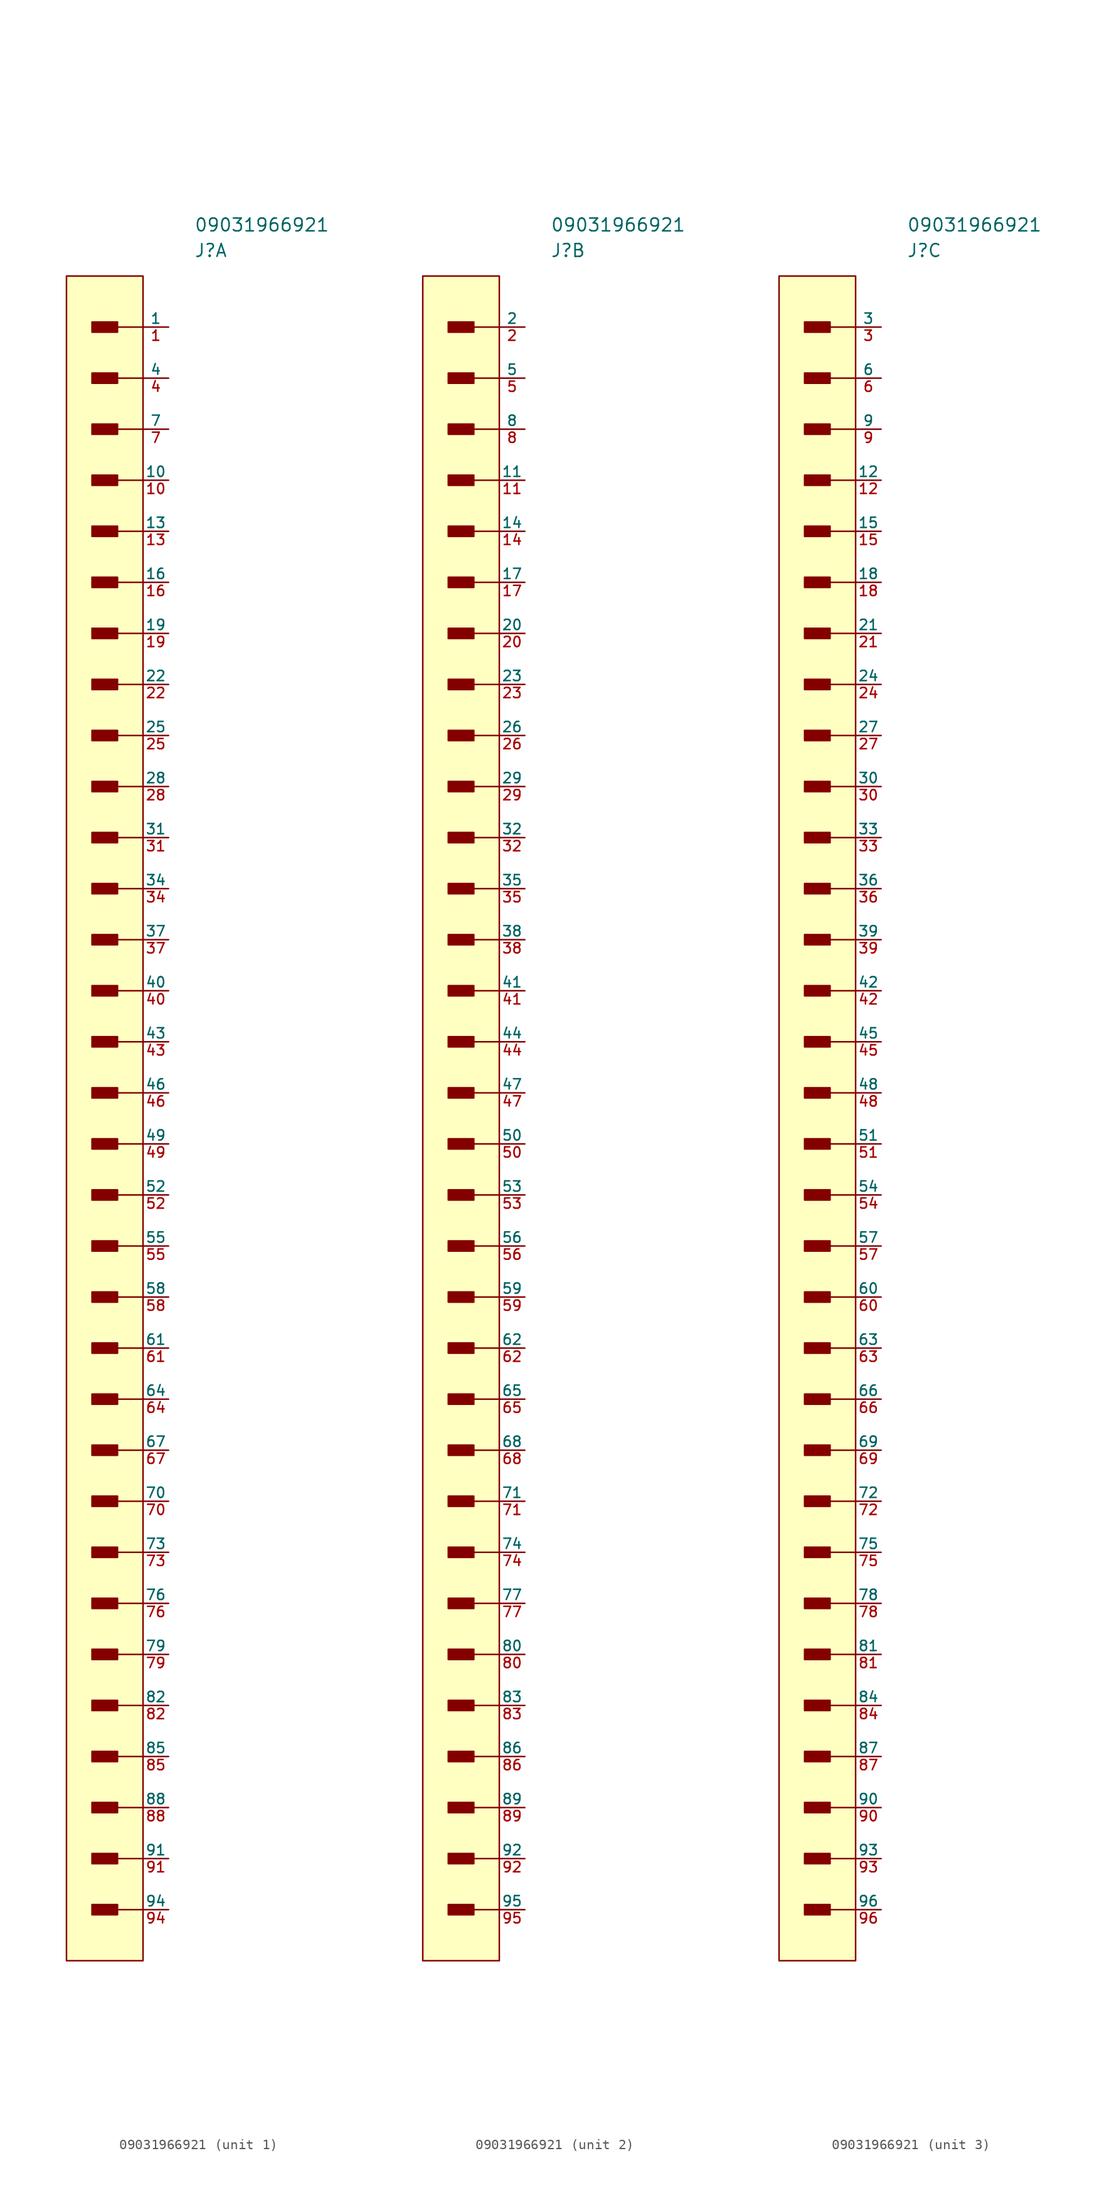
<source format=kicad_sym>
(kicad_symbol_lib
  (version 20210619)
  (generator kicad_symbol_editor)
  (symbol "09031966921"
    (pin_names
      (offset 0))
    (property "Reference" "J"
      (at 0 7.62 0)
      (effects (font (size 1.27 1.27)) (justify left)))
    (property "Value" "09031966921"
      (at 0 10.16 0)
      (effects (font (size 1.27 1.27)) (justify left)))
    (property "ki_locked" ""
      (at 0 0 0)
      (effects (font (size 1.27 1.27))))
    (symbol "09031966921_1_1"
      (rectangle (start -10.16 -156.972) (end -7.62 -157.988) (stroke (width 0)) (fill (type outline)))
      (rectangle (start -10.16 -151.892) (end -7.62 -152.908) (stroke (width 0)) (fill (type outline)))
      (rectangle (start -10.16 -146.812) (end -7.62 -147.828) (stroke (width 0)) (fill (type outline)))
      (rectangle (start -10.16 -141.732) (end -7.62 -142.748) (stroke (width 0)) (fill (type outline)))
      (rectangle (start -10.16 -136.652) (end -7.62 -137.668) (stroke (width 0)) (fill (type outline)))
      (rectangle (start -10.16 -131.572) (end -7.62 -132.588) (stroke (width 0)) (fill (type outline)))
      (rectangle (start -10.16 -126.492) (end -7.62 -127.508) (stroke (width 0)) (fill (type outline)))
      (rectangle (start -10.16 -121.412) (end -7.62 -122.428) (stroke (width 0)) (fill (type outline)))
      (rectangle (start -10.16 -116.332) (end -7.62 -117.348) (stroke (width 0)) (fill (type outline)))
      (rectangle (start -10.16 -111.252) (end -7.62 -112.268) (stroke (width 0)) (fill (type outline)))
      (rectangle (start -10.16 -106.172) (end -7.62 -107.188) (stroke (width 0)) (fill (type outline)))
      (rectangle (start -10.16 -101.092) (end -7.62 -102.108) (stroke (width 0)) (fill (type outline)))
      (rectangle (start -10.16 -96.012) (end -7.62 -97.028) (stroke (width 0)) (fill (type outline)))
      (rectangle (start -10.16 -90.932) (end -7.62 -91.948) (stroke (width 0)) (fill (type outline)))
      (rectangle (start -10.16 -85.852) (end -7.62 -86.868) (stroke (width 0)) (fill (type outline)))
      (rectangle (start -10.16 -80.772) (end -7.62 -81.788) (stroke (width 0)) (fill (type outline)))
      (rectangle (start -10.16 -75.692) (end -7.62 -76.708) (stroke (width 0)) (fill (type outline)))
      (rectangle (start -10.16 -70.612) (end -7.62 -71.628) (stroke (width 0)) (fill (type outline)))
      (rectangle (start -10.16 -65.532) (end -7.62 -66.548) (stroke (width 0)) (fill (type outline)))
      (rectangle (start -10.16 -60.452) (end -7.62 -61.468) (stroke (width 0)) (fill (type outline)))
      (rectangle (start -10.16 -55.372) (end -7.62 -56.388) (stroke (width 0)) (fill (type outline)))
      (rectangle (start -10.16 -50.292) (end -7.62 -51.308) (stroke (width 0)) (fill (type outline)))
      (rectangle (start -10.16 -45.212) (end -7.62 -46.228) (stroke (width 0)) (fill (type outline)))
      (rectangle (start -10.16 -40.132) (end -7.62 -41.148) (stroke (width 0)) (fill (type outline)))
      (rectangle (start -10.16 -35.052) (end -7.62 -36.068) (stroke (width 0)) (fill (type outline)))
      (rectangle (start -10.16 -29.972) (end -7.62 -30.988) (stroke (width 0)) (fill (type outline)))
      (rectangle (start -10.16 -24.892) (end -7.62 -25.908) (stroke (width 0)) (fill (type outline)))
      (rectangle (start -10.16 -19.812) (end -7.62 -20.828) (stroke (width 0)) (fill (type outline)))
      (rectangle (start -10.16 -14.732) (end -7.62 -15.748) (stroke (width 0)) (fill (type outline)))
      (rectangle (start -10.16 -9.652) (end -7.62 -10.668) (stroke (width 0)) (fill (type outline)))
      (rectangle (start -10.16 -4.572) (end -7.62 -5.588) (stroke (width 0)) (fill (type outline)))
      (rectangle (start -10.16 0.508) (end -7.62 -0.508) (stroke (width 0)) (fill (type outline)))
      (rectangle (start -12.7 5.08) (end -5.08 -162.56) (stroke (width 0)) (fill (type background)))
      (polyline (pts (xy -8.128 -157.48) (xy -5.08 -157.48)) (stroke (width 0)) (fill (type none)))
      (polyline (pts (xy -8.128 -152.4) (xy -5.08 -152.4)) (stroke (width 0)) (fill (type none)))
      (polyline (pts (xy -8.128 -147.32) (xy -5.08 -147.32)) (stroke (width 0)) (fill (type none)))
      (polyline (pts (xy -8.128 -142.24) (xy -5.08 -142.24)) (stroke (width 0)) (fill (type none)))
      (polyline (pts (xy -8.128 -137.16) (xy -5.08 -137.16)) (stroke (width 0)) (fill (type none)))
      (polyline (pts (xy -8.128 -132.08) (xy -5.08 -132.08)) (stroke (width 0)) (fill (type none)))
      (polyline (pts (xy -8.128 -127) (xy -5.08 -127)) (stroke (width 0)) (fill (type none)))
      (polyline (pts (xy -8.128 -121.92) (xy -5.08 -121.92)) (stroke (width 0)) (fill (type none)))
      (polyline (pts (xy -8.128 -116.84) (xy -5.08 -116.84)) (stroke (width 0)) (fill (type none)))
      (polyline (pts (xy -8.128 -111.76) (xy -5.08 -111.76)) (stroke (width 0)) (fill (type none)))
      (polyline (pts (xy -8.128 -106.68) (xy -5.08 -106.68)) (stroke (width 0)) (fill (type none)))
      (polyline (pts (xy -8.128 -101.6) (xy -5.08 -101.6)) (stroke (width 0)) (fill (type none)))
      (polyline (pts (xy -8.128 -96.52) (xy -5.08 -96.52)) (stroke (width 0)) (fill (type none)))
      (polyline (pts (xy -8.128 -91.44) (xy -5.08 -91.44)) (stroke (width 0)) (fill (type none)))
      (polyline (pts (xy -8.128 -86.36) (xy -5.08 -86.36)) (stroke (width 0)) (fill (type none)))
      (polyline (pts (xy -8.128 -81.28) (xy -5.08 -81.28)) (stroke (width 0)) (fill (type none)))
      (polyline (pts (xy -8.128 -76.2) (xy -5.08 -76.2)) (stroke (width 0)) (fill (type none)))
      (polyline (pts (xy -8.128 -71.12) (xy -5.08 -71.12)) (stroke (width 0)) (fill (type none)))
      (polyline (pts (xy -8.128 -66.04) (xy -5.08 -66.04)) (stroke (width 0)) (fill (type none)))
      (polyline (pts (xy -8.128 -60.96) (xy -5.08 -60.96)) (stroke (width 0)) (fill (type none)))
      (polyline (pts (xy -8.128 -55.88) (xy -5.08 -55.88)) (stroke (width 0)) (fill (type none)))
      (polyline (pts (xy -8.128 -50.8) (xy -5.08 -50.8)) (stroke (width 0)) (fill (type none)))
      (polyline (pts (xy -8.128 -45.72) (xy -5.08 -45.72)) (stroke (width 0)) (fill (type none)))
      (polyline (pts (xy -8.128 -40.64) (xy -5.08 -40.64)) (stroke (width 0)) (fill (type none)))
      (polyline (pts (xy -8.128 -35.56) (xy -5.08 -35.56)) (stroke (width 0)) (fill (type none)))
      (polyline (pts (xy -8.128 -30.48) (xy -5.08 -30.48)) (stroke (width 0)) (fill (type none)))
      (polyline (pts (xy -8.128 -25.4) (xy -5.08 -25.4)) (stroke (width 0)) (fill (type none)))
      (polyline (pts (xy -8.128 -20.32) (xy -5.08 -20.32)) (stroke (width 0)) (fill (type none)))
      (polyline (pts (xy -8.128 -15.24) (xy -5.08 -15.24)) (stroke (width 0)) (fill (type none)))
      (polyline (pts (xy -8.128 -10.16) (xy -5.08 -10.16)) (stroke (width 0)) (fill (type none)))
      (polyline (pts (xy -8.128 -5.08) (xy -5.08 -5.08)) (stroke (width 0)) (fill (type none)))
      (polyline (pts (xy -8.128 0) (xy -5.08 0)) (stroke (width 0)) (fill (type none)))
      (pin passive line (at -2.54 0 180) (length 2.54) (name "1" (effects (font (size 1.016 1.016)))) (number "1" (effects (font (size 1.016 1.016)))))
      (pin passive line (at -2.54 -15.24 180) (length 2.54) (name "10" (effects (font (size 1.016 1.016)))) (number "10" (effects (font (size 1.016 1.016)))))
      (pin passive line (at -2.54 -20.32 180) (length 2.54) (name "13" (effects (font (size 1.016 1.016)))) (number "13" (effects (font (size 1.016 1.016)))))
      (pin passive line (at -2.54 -25.4 180) (length 2.54) (name "16" (effects (font (size 1.016 1.016)))) (number "16" (effects (font (size 1.016 1.016)))))
      (pin passive line (at -2.54 -30.48 180) (length 2.54) (name "19" (effects (font (size 1.016 1.016)))) (number "19" (effects (font (size 1.016 1.016)))))
      (pin passive line (at -2.54 -35.56 180) (length 2.54) (name "22" (effects (font (size 1.016 1.016)))) (number "22" (effects (font (size 1.016 1.016)))))
      (pin passive line (at -2.54 -40.64 180) (length 2.54) (name "25" (effects (font (size 1.016 1.016)))) (number "25" (effects (font (size 1.016 1.016)))))
      (pin passive line (at -2.54 -45.72 180) (length 2.54) (name "28" (effects (font (size 1.016 1.016)))) (number "28" (effects (font (size 1.016 1.016)))))
      (pin passive line (at -2.54 -50.8 180) (length 2.54) (name "31" (effects (font (size 1.016 1.016)))) (number "31" (effects (font (size 1.016 1.016)))))
      (pin passive line (at -2.54 -55.88 180) (length 2.54) (name "34" (effects (font (size 1.016 1.016)))) (number "34" (effects (font (size 1.016 1.016)))))
      (pin passive line (at -2.54 -60.96 180) (length 2.54) (name "37" (effects (font (size 1.016 1.016)))) (number "37" (effects (font (size 1.016 1.016)))))
      (pin passive line (at -2.54 -5.08 180) (length 2.54) (name "4" (effects (font (size 1.016 1.016)))) (number "4" (effects (font (size 1.016 1.016)))))
      (pin passive line (at -2.54 -66.04 180) (length 2.54) (name "40" (effects (font (size 1.016 1.016)))) (number "40" (effects (font (size 1.016 1.016)))))
      (pin passive line (at -2.54 -71.12 180) (length 2.54) (name "43" (effects (font (size 1.016 1.016)))) (number "43" (effects (font (size 1.016 1.016)))))
      (pin passive line (at -2.54 -76.2 180) (length 2.54) (name "46" (effects (font (size 1.016 1.016)))) (number "46" (effects (font (size 1.016 1.016)))))
      (pin passive line (at -2.54 -81.28 180) (length 2.54) (name "49" (effects (font (size 1.016 1.016)))) (number "49" (effects (font (size 1.016 1.016)))))
      (pin passive line (at -2.54 -86.36 180) (length 2.54) (name "52" (effects (font (size 1.016 1.016)))) (number "52" (effects (font (size 1.016 1.016)))))
      (pin passive line (at -2.54 -91.44 180) (length 2.54) (name "55" (effects (font (size 1.016 1.016)))) (number "55" (effects (font (size 1.016 1.016)))))
      (pin passive line (at -2.54 -96.52 180) (length 2.54) (name "58" (effects (font (size 1.016 1.016)))) (number "58" (effects (font (size 1.016 1.016)))))
      (pin passive line (at -2.54 -101.6 180) (length 2.54) (name "61" (effects (font (size 1.016 1.016)))) (number "61" (effects (font (size 1.016 1.016)))))
      (pin passive line (at -2.54 -106.68 180) (length 2.54) (name "64" (effects (font (size 1.016 1.016)))) (number "64" (effects (font (size 1.016 1.016)))))
      (pin passive line (at -2.54 -111.76 180) (length 2.54) (name "67" (effects (font (size 1.016 1.016)))) (number "67" (effects (font (size 1.016 1.016)))))
      (pin passive line (at -2.54 -10.16 180) (length 2.54) (name "7" (effects (font (size 1.016 1.016)))) (number "7" (effects (font (size 1.016 1.016)))))
      (pin passive line (at -2.54 -116.84 180) (length 2.54) (name "70" (effects (font (size 1.016 1.016)))) (number "70" (effects (font (size 1.016 1.016)))))
      (pin passive line (at -2.54 -121.92 180) (length 2.54) (name "73" (effects (font (size 1.016 1.016)))) (number "73" (effects (font (size 1.016 1.016)))))
      (pin passive line (at -2.54 -127 180) (length 2.54) (name "76" (effects (font (size 1.016 1.016)))) (number "76" (effects (font (size 1.016 1.016)))))
      (pin passive line (at -2.54 -132.08 180) (length 2.54) (name "79" (effects (font (size 1.016 1.016)))) (number "79" (effects (font (size 1.016 1.016)))))
      (pin passive line (at -2.54 -137.16 180) (length 2.54) (name "82" (effects (font (size 1.016 1.016)))) (number "82" (effects (font (size 1.016 1.016)))))
      (pin passive line (at -2.54 -142.24 180) (length 2.54) (name "85" (effects (font (size 1.016 1.016)))) (number "85" (effects (font (size 1.016 1.016)))))
      (pin passive line (at -2.54 -147.32 180) (length 2.54) (name "88" (effects (font (size 1.016 1.016)))) (number "88" (effects (font (size 1.016 1.016)))))
      (pin passive line (at -2.54 -152.4 180) (length 2.54) (name "91" (effects (font (size 1.016 1.016)))) (number "91" (effects (font (size 1.016 1.016)))))
      (pin passive line (at -2.54 -157.48 180) (length 2.54) (name "94" (effects (font (size 1.016 1.016)))) (number "94" (effects (font (size 1.016 1.016))))))
    (symbol "09031966921_2_1"
      (rectangle (start -10.16 -156.972) (end -7.62 -157.988) (stroke (width 0)) (fill (type outline)))
      (rectangle (start -10.16 -151.892) (end -7.62 -152.908) (stroke (width 0)) (fill (type outline)))
      (rectangle (start -10.16 -146.812) (end -7.62 -147.828) (stroke (width 0)) (fill (type outline)))
      (rectangle (start -10.16 -141.732) (end -7.62 -142.748) (stroke (width 0)) (fill (type outline)))
      (rectangle (start -10.16 -136.652) (end -7.62 -137.668) (stroke (width 0)) (fill (type outline)))
      (rectangle (start -10.16 -131.572) (end -7.62 -132.588) (stroke (width 0)) (fill (type outline)))
      (rectangle (start -10.16 -126.492) (end -7.62 -127.508) (stroke (width 0)) (fill (type outline)))
      (rectangle (start -10.16 -121.412) (end -7.62 -122.428) (stroke (width 0)) (fill (type outline)))
      (rectangle (start -10.16 -116.332) (end -7.62 -117.348) (stroke (width 0)) (fill (type outline)))
      (rectangle (start -10.16 -111.252) (end -7.62 -112.268) (stroke (width 0)) (fill (type outline)))
      (rectangle (start -10.16 -106.172) (end -7.62 -107.188) (stroke (width 0)) (fill (type outline)))
      (rectangle (start -10.16 -101.092) (end -7.62 -102.108) (stroke (width 0)) (fill (type outline)))
      (rectangle (start -10.16 -96.012) (end -7.62 -97.028) (stroke (width 0)) (fill (type outline)))
      (rectangle (start -10.16 -90.932) (end -7.62 -91.948) (stroke (width 0)) (fill (type outline)))
      (rectangle (start -10.16 -85.852) (end -7.62 -86.868) (stroke (width 0)) (fill (type outline)))
      (rectangle (start -10.16 -80.772) (end -7.62 -81.788) (stroke (width 0)) (fill (type outline)))
      (rectangle (start -10.16 -75.692) (end -7.62 -76.708) (stroke (width 0)) (fill (type outline)))
      (rectangle (start -10.16 -70.612) (end -7.62 -71.628) (stroke (width 0)) (fill (type outline)))
      (rectangle (start -10.16 -65.532) (end -7.62 -66.548) (stroke (width 0)) (fill (type outline)))
      (rectangle (start -10.16 -60.452) (end -7.62 -61.468) (stroke (width 0)) (fill (type outline)))
      (rectangle (start -10.16 -55.372) (end -7.62 -56.388) (stroke (width 0)) (fill (type outline)))
      (rectangle (start -10.16 -50.292) (end -7.62 -51.308) (stroke (width 0)) (fill (type outline)))
      (rectangle (start -10.16 -45.212) (end -7.62 -46.228) (stroke (width 0)) (fill (type outline)))
      (rectangle (start -10.16 -40.132) (end -7.62 -41.148) (stroke (width 0)) (fill (type outline)))
      (rectangle (start -10.16 -35.052) (end -7.62 -36.068) (stroke (width 0)) (fill (type outline)))
      (rectangle (start -10.16 -29.972) (end -7.62 -30.988) (stroke (width 0)) (fill (type outline)))
      (rectangle (start -10.16 -24.892) (end -7.62 -25.908) (stroke (width 0)) (fill (type outline)))
      (rectangle (start -10.16 -19.812) (end -7.62 -20.828) (stroke (width 0)) (fill (type outline)))
      (rectangle (start -10.16 -14.732) (end -7.62 -15.748) (stroke (width 0)) (fill (type outline)))
      (rectangle (start -10.16 -9.652) (end -7.62 -10.668) (stroke (width 0)) (fill (type outline)))
      (rectangle (start -10.16 -4.572) (end -7.62 -5.588) (stroke (width 0)) (fill (type outline)))
      (rectangle (start -10.16 0.508) (end -7.62 -0.508) (stroke (width 0)) (fill (type outline)))
      (rectangle (start -12.7 5.08) (end -5.08 -162.56) (stroke (width 0)) (fill (type background)))
      (polyline (pts (xy -8.128 -157.48) (xy -5.08 -157.48)) (stroke (width 0)) (fill (type none)))
      (polyline (pts (xy -8.128 -152.4) (xy -5.08 -152.4)) (stroke (width 0)) (fill (type none)))
      (polyline (pts (xy -8.128 -147.32) (xy -5.08 -147.32)) (stroke (width 0)) (fill (type none)))
      (polyline (pts (xy -8.128 -142.24) (xy -5.08 -142.24)) (stroke (width 0)) (fill (type none)))
      (polyline (pts (xy -8.128 -137.16) (xy -5.08 -137.16)) (stroke (width 0)) (fill (type none)))
      (polyline (pts (xy -8.128 -132.08) (xy -5.08 -132.08)) (stroke (width 0)) (fill (type none)))
      (polyline (pts (xy -8.128 -127) (xy -5.08 -127)) (stroke (width 0)) (fill (type none)))
      (polyline (pts (xy -8.128 -121.92) (xy -5.08 -121.92)) (stroke (width 0)) (fill (type none)))
      (polyline (pts (xy -8.128 -116.84) (xy -5.08 -116.84)) (stroke (width 0)) (fill (type none)))
      (polyline (pts (xy -8.128 -111.76) (xy -5.08 -111.76)) (stroke (width 0)) (fill (type none)))
      (polyline (pts (xy -8.128 -106.68) (xy -5.08 -106.68)) (stroke (width 0)) (fill (type none)))
      (polyline (pts (xy -8.128 -101.6) (xy -5.08 -101.6)) (stroke (width 0)) (fill (type none)))
      (polyline (pts (xy -8.128 -96.52) (xy -5.08 -96.52)) (stroke (width 0)) (fill (type none)))
      (polyline (pts (xy -8.128 -91.44) (xy -5.08 -91.44)) (stroke (width 0)) (fill (type none)))
      (polyline (pts (xy -8.128 -86.36) (xy -5.08 -86.36)) (stroke (width 0)) (fill (type none)))
      (polyline (pts (xy -8.128 -81.28) (xy -5.08 -81.28)) (stroke (width 0)) (fill (type none)))
      (polyline (pts (xy -8.128 -76.2) (xy -5.08 -76.2)) (stroke (width 0)) (fill (type none)))
      (polyline (pts (xy -8.128 -71.12) (xy -5.08 -71.12)) (stroke (width 0)) (fill (type none)))
      (polyline (pts (xy -8.128 -66.04) (xy -5.08 -66.04)) (stroke (width 0)) (fill (type none)))
      (polyline (pts (xy -8.128 -60.96) (xy -5.08 -60.96)) (stroke (width 0)) (fill (type none)))
      (polyline (pts (xy -8.128 -55.88) (xy -5.08 -55.88)) (stroke (width 0)) (fill (type none)))
      (polyline (pts (xy -8.128 -50.8) (xy -5.08 -50.8)) (stroke (width 0)) (fill (type none)))
      (polyline (pts (xy -8.128 -45.72) (xy -5.08 -45.72)) (stroke (width 0)) (fill (type none)))
      (polyline (pts (xy -8.128 -40.64) (xy -5.08 -40.64)) (stroke (width 0)) (fill (type none)))
      (polyline (pts (xy -8.128 -35.56) (xy -5.08 -35.56)) (stroke (width 0)) (fill (type none)))
      (polyline (pts (xy -8.128 -30.48) (xy -5.08 -30.48)) (stroke (width 0)) (fill (type none)))
      (polyline (pts (xy -8.128 -25.4) (xy -5.08 -25.4)) (stroke (width 0)) (fill (type none)))
      (polyline (pts (xy -8.128 -20.32) (xy -5.08 -20.32)) (stroke (width 0)) (fill (type none)))
      (polyline (pts (xy -8.128 -15.24) (xy -5.08 -15.24)) (stroke (width 0)) (fill (type none)))
      (polyline (pts (xy -8.128 -10.16) (xy -5.08 -10.16)) (stroke (width 0)) (fill (type none)))
      (polyline (pts (xy -8.128 -5.08) (xy -5.08 -5.08)) (stroke (width 0)) (fill (type none)))
      (polyline (pts (xy -8.128 0) (xy -5.08 0)) (stroke (width 0)) (fill (type none)))
      (pin passive line (at -2.54 -15.24 180) (length 2.54) (name "11" (effects (font (size 1.016 1.016)))) (number "11" (effects (font (size 1.016 1.016)))))
      (pin passive line (at -2.54 -20.32 180) (length 2.54) (name "14" (effects (font (size 1.016 1.016)))) (number "14" (effects (font (size 1.016 1.016)))))
      (pin passive line (at -2.54 -25.4 180) (length 2.54) (name "17" (effects (font (size 1.016 1.016)))) (number "17" (effects (font (size 1.016 1.016)))))
      (pin passive line (at -2.54 0 180) (length 2.54) (name "2" (effects (font (size 1.016 1.016)))) (number "2" (effects (font (size 1.016 1.016)))))
      (pin passive line (at -2.54 -30.48 180) (length 2.54) (name "20" (effects (font (size 1.016 1.016)))) (number "20" (effects (font (size 1.016 1.016)))))
      (pin passive line (at -2.54 -35.56 180) (length 2.54) (name "23" (effects (font (size 1.016 1.016)))) (number "23" (effects (font (size 1.016 1.016)))))
      (pin passive line (at -2.54 -40.64 180) (length 2.54) (name "26" (effects (font (size 1.016 1.016)))) (number "26" (effects (font (size 1.016 1.016)))))
      (pin passive line (at -2.54 -45.72 180) (length 2.54) (name "29" (effects (font (size 1.016 1.016)))) (number "29" (effects (font (size 1.016 1.016)))))
      (pin passive line (at -2.54 -50.8 180) (length 2.54) (name "32" (effects (font (size 1.016 1.016)))) (number "32" (effects (font (size 1.016 1.016)))))
      (pin passive line (at -2.54 -55.88 180) (length 2.54) (name "35" (effects (font (size 1.016 1.016)))) (number "35" (effects (font (size 1.016 1.016)))))
      (pin passive line (at -2.54 -60.96 180) (length 2.54) (name "38" (effects (font (size 1.016 1.016)))) (number "38" (effects (font (size 1.016 1.016)))))
      (pin passive line (at -2.54 -66.04 180) (length 2.54) (name "41" (effects (font (size 1.016 1.016)))) (number "41" (effects (font (size 1.016 1.016)))))
      (pin passive line (at -2.54 -71.12 180) (length 2.54) (name "44" (effects (font (size 1.016 1.016)))) (number "44" (effects (font (size 1.016 1.016)))))
      (pin passive line (at -2.54 -76.2 180) (length 2.54) (name "47" (effects (font (size 1.016 1.016)))) (number "47" (effects (font (size 1.016 1.016)))))
      (pin passive line (at -2.54 -5.08 180) (length 2.54) (name "5" (effects (font (size 1.016 1.016)))) (number "5" (effects (font (size 1.016 1.016)))))
      (pin passive line (at -2.54 -81.28 180) (length 2.54) (name "50" (effects (font (size 1.016 1.016)))) (number "50" (effects (font (size 1.016 1.016)))))
      (pin passive line (at -2.54 -86.36 180) (length 2.54) (name "53" (effects (font (size 1.016 1.016)))) (number "53" (effects (font (size 1.016 1.016)))))
      (pin passive line (at -2.54 -91.44 180) (length 2.54) (name "56" (effects (font (size 1.016 1.016)))) (number "56" (effects (font (size 1.016 1.016)))))
      (pin passive line (at -2.54 -96.52 180) (length 2.54) (name "59" (effects (font (size 1.016 1.016)))) (number "59" (effects (font (size 1.016 1.016)))))
      (pin passive line (at -2.54 -101.6 180) (length 2.54) (name "62" (effects (font (size 1.016 1.016)))) (number "62" (effects (font (size 1.016 1.016)))))
      (pin passive line (at -2.54 -106.68 180) (length 2.54) (name "65" (effects (font (size 1.016 1.016)))) (number "65" (effects (font (size 1.016 1.016)))))
      (pin passive line (at -2.54 -111.76 180) (length 2.54) (name "68" (effects (font (size 1.016 1.016)))) (number "68" (effects (font (size 1.016 1.016)))))
      (pin passive line (at -2.54 -116.84 180) (length 2.54) (name "71" (effects (font (size 1.016 1.016)))) (number "71" (effects (font (size 1.016 1.016)))))
      (pin passive line (at -2.54 -121.92 180) (length 2.54) (name "74" (effects (font (size 1.016 1.016)))) (number "74" (effects (font (size 1.016 1.016)))))
      (pin passive line (at -2.54 -127 180) (length 2.54) (name "77" (effects (font (size 1.016 1.016)))) (number "77" (effects (font (size 1.016 1.016)))))
      (pin passive line (at -2.54 -10.16 180) (length 2.54) (name "8" (effects (font (size 1.016 1.016)))) (number "8" (effects (font (size 1.016 1.016)))))
      (pin passive line (at -2.54 -132.08 180) (length 2.54) (name "80" (effects (font (size 1.016 1.016)))) (number "80" (effects (font (size 1.016 1.016)))))
      (pin passive line (at -2.54 -137.16 180) (length 2.54) (name "83" (effects (font (size 1.016 1.016)))) (number "83" (effects (font (size 1.016 1.016)))))
      (pin passive line (at -2.54 -142.24 180) (length 2.54) (name "86" (effects (font (size 1.016 1.016)))) (number "86" (effects (font (size 1.016 1.016)))))
      (pin passive line (at -2.54 -147.32 180) (length 2.54) (name "89" (effects (font (size 1.016 1.016)))) (number "89" (effects (font (size 1.016 1.016)))))
      (pin passive line (at -2.54 -152.4 180) (length 2.54) (name "92" (effects (font (size 1.016 1.016)))) (number "92" (effects (font (size 1.016 1.016)))))
      (pin passive line (at -2.54 -157.48 180) (length 2.54) (name "95" (effects (font (size 1.016 1.016)))) (number "95" (effects (font (size 1.016 1.016))))))
    (symbol "09031966921_3_1"
      (rectangle (start -10.16 -156.972) (end -7.62 -157.988) (stroke (width 0)) (fill (type outline)))
      (rectangle (start -10.16 -151.892) (end -7.62 -152.908) (stroke (width 0)) (fill (type outline)))
      (rectangle (start -10.16 -146.812) (end -7.62 -147.828) (stroke (width 0)) (fill (type outline)))
      (rectangle (start -10.16 -141.732) (end -7.62 -142.748) (stroke (width 0)) (fill (type outline)))
      (rectangle (start -10.16 -136.652) (end -7.62 -137.668) (stroke (width 0)) (fill (type outline)))
      (rectangle (start -10.16 -131.572) (end -7.62 -132.588) (stroke (width 0)) (fill (type outline)))
      (rectangle (start -10.16 -126.492) (end -7.62 -127.508) (stroke (width 0)) (fill (type outline)))
      (rectangle (start -10.16 -121.412) (end -7.62 -122.428) (stroke (width 0)) (fill (type outline)))
      (rectangle (start -10.16 -116.332) (end -7.62 -117.348) (stroke (width 0)) (fill (type outline)))
      (rectangle (start -10.16 -111.252) (end -7.62 -112.268) (stroke (width 0)) (fill (type outline)))
      (rectangle (start -10.16 -106.172) (end -7.62 -107.188) (stroke (width 0)) (fill (type outline)))
      (rectangle (start -10.16 -101.092) (end -7.62 -102.108) (stroke (width 0)) (fill (type outline)))
      (rectangle (start -10.16 -96.012) (end -7.62 -97.028) (stroke (width 0)) (fill (type outline)))
      (rectangle (start -10.16 -90.932) (end -7.62 -91.948) (stroke (width 0)) (fill (type outline)))
      (rectangle (start -10.16 -85.852) (end -7.62 -86.868) (stroke (width 0)) (fill (type outline)))
      (rectangle (start -10.16 -80.772) (end -7.62 -81.788) (stroke (width 0)) (fill (type outline)))
      (rectangle (start -10.16 -75.692) (end -7.62 -76.708) (stroke (width 0)) (fill (type outline)))
      (rectangle (start -10.16 -70.612) (end -7.62 -71.628) (stroke (width 0)) (fill (type outline)))
      (rectangle (start -10.16 -65.532) (end -7.62 -66.548) (stroke (width 0)) (fill (type outline)))
      (rectangle (start -10.16 -60.452) (end -7.62 -61.468) (stroke (width 0)) (fill (type outline)))
      (rectangle (start -10.16 -55.372) (end -7.62 -56.388) (stroke (width 0)) (fill (type outline)))
      (rectangle (start -10.16 -50.292) (end -7.62 -51.308) (stroke (width 0)) (fill (type outline)))
      (rectangle (start -10.16 -45.212) (end -7.62 -46.228) (stroke (width 0)) (fill (type outline)))
      (rectangle (start -10.16 -40.132) (end -7.62 -41.148) (stroke (width 0)) (fill (type outline)))
      (rectangle (start -10.16 -35.052) (end -7.62 -36.068) (stroke (width 0)) (fill (type outline)))
      (rectangle (start -10.16 -29.972) (end -7.62 -30.988) (stroke (width 0)) (fill (type outline)))
      (rectangle (start -10.16 -24.892) (end -7.62 -25.908) (stroke (width 0)) (fill (type outline)))
      (rectangle (start -10.16 -19.812) (end -7.62 -20.828) (stroke (width 0)) (fill (type outline)))
      (rectangle (start -10.16 -14.732) (end -7.62 -15.748) (stroke (width 0)) (fill (type outline)))
      (rectangle (start -10.16 -9.652) (end -7.62 -10.668) (stroke (width 0)) (fill (type outline)))
      (rectangle (start -10.16 -4.572) (end -7.62 -5.588) (stroke (width 0)) (fill (type outline)))
      (rectangle (start -10.16 0.508) (end -7.62 -0.508) (stroke (width 0)) (fill (type outline)))
      (rectangle (start -12.7 5.08) (end -5.08 -162.56) (stroke (width 0)) (fill (type background)))
      (polyline (pts (xy -8.128 -157.48) (xy -5.08 -157.48)) (stroke (width 0)) (fill (type none)))
      (polyline (pts (xy -8.128 -152.4) (xy -5.08 -152.4)) (stroke (width 0)) (fill (type none)))
      (polyline (pts (xy -8.128 -147.32) (xy -5.08 -147.32)) (stroke (width 0)) (fill (type none)))
      (polyline (pts (xy -8.128 -142.24) (xy -5.08 -142.24)) (stroke (width 0)) (fill (type none)))
      (polyline (pts (xy -8.128 -137.16) (xy -5.08 -137.16)) (stroke (width 0)) (fill (type none)))
      (polyline (pts (xy -8.128 -132.08) (xy -5.08 -132.08)) (stroke (width 0)) (fill (type none)))
      (polyline (pts (xy -8.128 -127) (xy -5.08 -127)) (stroke (width 0)) (fill (type none)))
      (polyline (pts (xy -8.128 -121.92) (xy -5.08 -121.92)) (stroke (width 0)) (fill (type none)))
      (polyline (pts (xy -8.128 -116.84) (xy -5.08 -116.84)) (stroke (width 0)) (fill (type none)))
      (polyline (pts (xy -8.128 -111.76) (xy -5.08 -111.76)) (stroke (width 0)) (fill (type none)))
      (polyline (pts (xy -8.128 -106.68) (xy -5.08 -106.68)) (stroke (width 0)) (fill (type none)))
      (polyline (pts (xy -8.128 -101.6) (xy -5.08 -101.6)) (stroke (width 0)) (fill (type none)))
      (polyline (pts (xy -8.128 -96.52) (xy -5.08 -96.52)) (stroke (width 0)) (fill (type none)))
      (polyline (pts (xy -8.128 -91.44) (xy -5.08 -91.44)) (stroke (width 0)) (fill (type none)))
      (polyline (pts (xy -8.128 -86.36) (xy -5.08 -86.36)) (stroke (width 0)) (fill (type none)))
      (polyline (pts (xy -8.128 -81.28) (xy -5.08 -81.28)) (stroke (width 0)) (fill (type none)))
      (polyline (pts (xy -8.128 -76.2) (xy -5.08 -76.2)) (stroke (width 0)) (fill (type none)))
      (polyline (pts (xy -8.128 -71.12) (xy -5.08 -71.12)) (stroke (width 0)) (fill (type none)))
      (polyline (pts (xy -8.128 -66.04) (xy -5.08 -66.04)) (stroke (width 0)) (fill (type none)))
      (polyline (pts (xy -8.128 -60.96) (xy -5.08 -60.96)) (stroke (width 0)) (fill (type none)))
      (polyline (pts (xy -8.128 -55.88) (xy -5.08 -55.88)) (stroke (width 0)) (fill (type none)))
      (polyline (pts (xy -8.128 -50.8) (xy -5.08 -50.8)) (stroke (width 0)) (fill (type none)))
      (polyline (pts (xy -8.128 -45.72) (xy -5.08 -45.72)) (stroke (width 0)) (fill (type none)))
      (polyline (pts (xy -8.128 -40.64) (xy -5.08 -40.64)) (stroke (width 0)) (fill (type none)))
      (polyline (pts (xy -8.128 -35.56) (xy -5.08 -35.56)) (stroke (width 0)) (fill (type none)))
      (polyline (pts (xy -8.128 -30.48) (xy -5.08 -30.48)) (stroke (width 0)) (fill (type none)))
      (polyline (pts (xy -8.128 -25.4) (xy -5.08 -25.4)) (stroke (width 0)) (fill (type none)))
      (polyline (pts (xy -8.128 -20.32) (xy -5.08 -20.32)) (stroke (width 0)) (fill (type none)))
      (polyline (pts (xy -8.128 -15.24) (xy -5.08 -15.24)) (stroke (width 0)) (fill (type none)))
      (polyline (pts (xy -8.128 -10.16) (xy -5.08 -10.16)) (stroke (width 0)) (fill (type none)))
      (polyline (pts (xy -8.128 -5.08) (xy -5.08 -5.08)) (stroke (width 0)) (fill (type none)))
      (polyline (pts (xy -8.128 0) (xy -5.08 0)) (stroke (width 0)) (fill (type none)))
      (pin passive line (at -2.54 -15.24 180) (length 2.54) (name "12" (effects (font (size 1.016 1.016)))) (number "12" (effects (font (size 1.016 1.016)))))
      (pin passive line (at -2.54 -20.32 180) (length 2.54) (name "15" (effects (font (size 1.016 1.016)))) (number "15" (effects (font (size 1.016 1.016)))))
      (pin passive line (at -2.54 -25.4 180) (length 2.54) (name "18" (effects (font (size 1.016 1.016)))) (number "18" (effects (font (size 1.016 1.016)))))
      (pin passive line (at -2.54 -30.48 180) (length 2.54) (name "21" (effects (font (size 1.016 1.016)))) (number "21" (effects (font (size 1.016 1.016)))))
      (pin passive line (at -2.54 -35.56 180) (length 2.54) (name "24" (effects (font (size 1.016 1.016)))) (number "24" (effects (font (size 1.016 1.016)))))
      (pin passive line (at -2.54 -40.64 180) (length 2.54) (name "27" (effects (font (size 1.016 1.016)))) (number "27" (effects (font (size 1.016 1.016)))))
      (pin passive line (at -2.54 0 180) (length 2.54) (name "3" (effects (font (size 1.016 1.016)))) (number "3" (effects (font (size 1.016 1.016)))))
      (pin passive line (at -2.54 -45.72 180) (length 2.54) (name "30" (effects (font (size 1.016 1.016)))) (number "30" (effects (font (size 1.016 1.016)))))
      (pin passive line (at -2.54 -50.8 180) (length 2.54) (name "33" (effects (font (size 1.016 1.016)))) (number "33" (effects (font (size 1.016 1.016)))))
      (pin passive line (at -2.54 -55.88 180) (length 2.54) (name "36" (effects (font (size 1.016 1.016)))) (number "36" (effects (font (size 1.016 1.016)))))
      (pin passive line (at -2.54 -60.96 180) (length 2.54) (name "39" (effects (font (size 1.016 1.016)))) (number "39" (effects (font (size 1.016 1.016)))))
      (pin passive line (at -2.54 -66.04 180) (length 2.54) (name "42" (effects (font (size 1.016 1.016)))) (number "42" (effects (font (size 1.016 1.016)))))
      (pin passive line (at -2.54 -71.12 180) (length 2.54) (name "45" (effects (font (size 1.016 1.016)))) (number "45" (effects (font (size 1.016 1.016)))))
      (pin passive line (at -2.54 -76.2 180) (length 2.54) (name "48" (effects (font (size 1.016 1.016)))) (number "48" (effects (font (size 1.016 1.016)))))
      (pin passive line (at -2.54 -81.28 180) (length 2.54) (name "51" (effects (font (size 1.016 1.016)))) (number "51" (effects (font (size 1.016 1.016)))))
      (pin passive line (at -2.54 -86.36 180) (length 2.54) (name "54" (effects (font (size 1.016 1.016)))) (number "54" (effects (font (size 1.016 1.016)))))
      (pin passive line (at -2.54 -91.44 180) (length 2.54) (name "57" (effects (font (size 1.016 1.016)))) (number "57" (effects (font (size 1.016 1.016)))))
      (pin passive line (at -2.54 -5.08 180) (length 2.54) (name "6" (effects (font (size 1.016 1.016)))) (number "6" (effects (font (size 1.016 1.016)))))
      (pin passive line (at -2.54 -96.52 180) (length 2.54) (name "60" (effects (font (size 1.016 1.016)))) (number "60" (effects (font (size 1.016 1.016)))))
      (pin passive line (at -2.54 -101.6 180) (length 2.54) (name "63" (effects (font (size 1.016 1.016)))) (number "63" (effects (font (size 1.016 1.016)))))
      (pin passive line (at -2.54 -106.68 180) (length 2.54) (name "66" (effects (font (size 1.016 1.016)))) (number "66" (effects (font (size 1.016 1.016)))))
      (pin passive line (at -2.54 -111.76 180) (length 2.54) (name "69" (effects (font (size 1.016 1.016)))) (number "69" (effects (font (size 1.016 1.016)))))
      (pin passive line (at -2.54 -116.84 180) (length 2.54) (name "72" (effects (font (size 1.016 1.016)))) (number "72" (effects (font (size 1.016 1.016)))))
      (pin passive line (at -2.54 -121.92 180) (length 2.54) (name "75" (effects (font (size 1.016 1.016)))) (number "75" (effects (font (size 1.016 1.016)))))
      (pin passive line (at -2.54 -127 180) (length 2.54) (name "78" (effects (font (size 1.016 1.016)))) (number "78" (effects (font (size 1.016 1.016)))))
      (pin passive line (at -2.54 -132.08 180) (length 2.54) (name "81" (effects (font (size 1.016 1.016)))) (number "81" (effects (font (size 1.016 1.016)))))
      (pin passive line (at -2.54 -137.16 180) (length 2.54) (name "84" (effects (font (size 1.016 1.016)))) (number "84" (effects (font (size 1.016 1.016)))))
      (pin passive line (at -2.54 -142.24 180) (length 2.54) (name "87" (effects (font (size 1.016 1.016)))) (number "87" (effects (font (size 1.016 1.016)))))
      (pin passive line (at -2.54 -10.16 180) (length 2.54) (name "9" (effects (font (size 1.016 1.016)))) (number "9" (effects (font (size 1.016 1.016)))))
      (pin passive line (at -2.54 -147.32 180) (length 2.54) (name "90" (effects (font (size 1.016 1.016)))) (number "90" (effects (font (size 1.016 1.016)))))
      (pin passive line (at -2.54 -152.4 180) (length 2.54) (name "93" (effects (font (size 1.016 1.016)))) (number "93" (effects (font (size 1.016 1.016)))))
      (pin passive line (at -2.54 -157.48 180) (length 2.54) (name "96" (effects (font (size 1.016 1.016)))) (number "96" (effects (font (size 1.016 1.016))))))))
</source>
